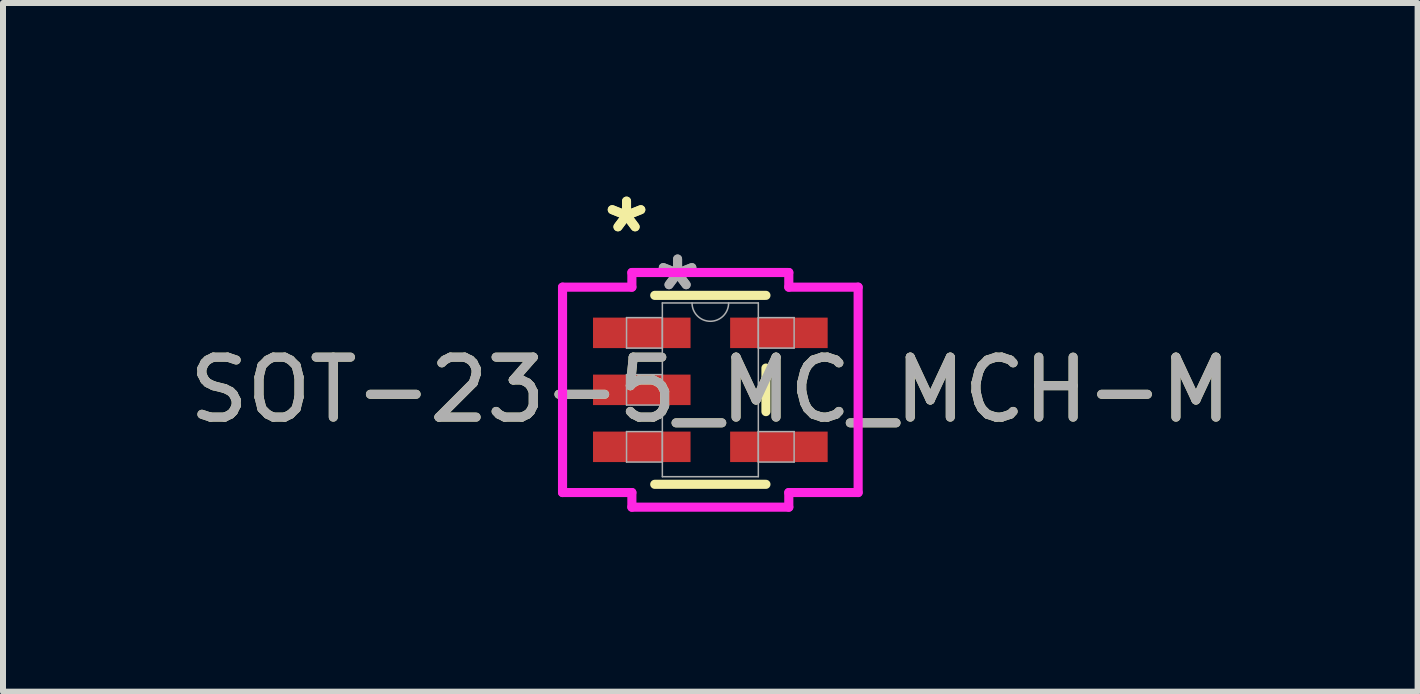
<source format=kicad_pcb>
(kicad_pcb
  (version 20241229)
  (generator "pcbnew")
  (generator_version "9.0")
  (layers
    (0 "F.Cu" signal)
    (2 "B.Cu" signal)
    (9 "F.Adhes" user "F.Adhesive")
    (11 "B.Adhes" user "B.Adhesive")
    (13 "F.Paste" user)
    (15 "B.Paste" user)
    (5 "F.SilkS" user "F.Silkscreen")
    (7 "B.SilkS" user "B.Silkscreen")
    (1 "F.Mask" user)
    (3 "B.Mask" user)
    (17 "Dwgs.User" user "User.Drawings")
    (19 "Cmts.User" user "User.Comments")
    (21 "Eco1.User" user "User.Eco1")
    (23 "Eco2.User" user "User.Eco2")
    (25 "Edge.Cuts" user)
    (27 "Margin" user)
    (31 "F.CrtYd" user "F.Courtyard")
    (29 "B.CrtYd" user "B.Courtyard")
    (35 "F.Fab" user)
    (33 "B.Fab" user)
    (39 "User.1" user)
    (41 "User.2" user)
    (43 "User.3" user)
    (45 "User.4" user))
  (footprint "SOT-23-5_MC_MCH-M"
    (layer "F.Cu")
    (at 8.792 3.449)
    (property "Reference" "SOT-23-5_MC_MCH-M" (at 0 0 0) (unlocked yes) (layer "F.SilkS") (effects (font (size 1 1) (thickness 0.15))))
    (attr smd)
    (fp_line (start -0.927 1.575) (end 0.927 1.575) (stroke (width 0.152) (type solid)) (layer "F.SilkS"))
    (fp_line (start 0.927 -1.575) (end -0.927 -1.575) (stroke (width 0.152) (type solid)) (layer "F.SilkS"))
    (fp_line (start 0.927 0.363) (end 0.927 -0.363) (stroke (width 0.152) (type solid)) (layer "F.SilkS"))
    (fp_line (start -2.464 -1.712) (end -1.308 -1.712) (stroke (width 0.152) (type solid)) (layer "F.CrtYd"))
    (fp_line (start -2.464 1.712) (end -2.464 -1.712) (stroke (width 0.152) (type solid)) (layer "F.CrtYd"))
    (fp_line (start -1.308 -1.956) (end 1.308 -1.956) (stroke (width 0.152) (type solid)) (layer "F.CrtYd"))
    (fp_line (start -1.308 -1.712) (end -1.308 -1.956) (stroke (width 0.152) (type solid)) (layer "F.CrtYd"))
    (fp_line (start -1.308 1.712) (end -2.464 1.712) (stroke (width 0.152) (type solid)) (layer "F.CrtYd"))
    (fp_line (start -1.308 1.956) (end -1.308 1.712) (stroke (width 0.152) (type solid)) (layer "F.CrtYd"))
    (fp_line (start 1.308 -1.956) (end 1.308 -1.712) (stroke (width 0.152) (type solid)) (layer "F.CrtYd"))
    (fp_line (start 1.308 -1.712) (end 2.464 -1.712) (stroke (width 0.152) (type solid)) (layer "F.CrtYd"))
    (fp_line (start 1.308 1.712) (end 1.308 1.956) (stroke (width 0.152) (type solid)) (layer "F.CrtYd"))
    (fp_line (start 1.308 1.956) (end -1.308 1.956) (stroke (width 0.152) (type solid)) (layer "F.CrtYd"))
    (fp_line (start 2.464 -1.712) (end 2.464 1.712) (stroke (width 0.152) (type solid)) (layer "F.CrtYd"))
    (fp_line (start 2.464 1.712) (end 1.308 1.712) (stroke (width 0.152) (type solid)) (layer "F.CrtYd"))
    (fp_line (start -1.397 -1.204) (end -1.397 -0.696) (stroke (width 0.025) (type solid)) (layer "F.Fab"))
    (fp_line (start -1.397 -0.696) (end -0.8 -0.696) (stroke (width 0.025) (type solid)) (layer "F.Fab"))
    (fp_line (start -1.397 -0.254) (end -1.397 0.254) (stroke (width 0.025) (type solid)) (layer "F.Fab"))
    (fp_line (start -1.397 0.254) (end -0.8 0.254) (stroke (width 0.025) (type solid)) (layer "F.Fab"))
    (fp_line (start -1.397 0.696) (end -1.397 1.204) (stroke (width 0.025) (type solid)) (layer "F.Fab"))
    (fp_line (start -1.397 1.204) (end -0.8 1.204) (stroke (width 0.025) (type solid)) (layer "F.Fab"))
    (fp_line (start -0.8 -1.448) (end -0.8 1.448) (stroke (width 0.025) (type solid)) (layer "F.Fab"))
    (fp_line (start -0.8 -1.204) (end -1.397 -1.204) (stroke (width 0.025) (type solid)) (layer "F.Fab"))
    (fp_line (start -0.8 -0.696) (end -0.8 -1.204) (stroke (width 0.025) (type solid)) (layer "F.Fab"))
    (fp_line (start -0.8 -0.254) (end -1.397 -0.254) (stroke (width 0.025) (type solid)) (layer "F.Fab"))
    (fp_line (start -0.8 0.254) (end -0.8 -0.254) (stroke (width 0.025) (type solid)) (layer "F.Fab"))
    (fp_line (start -0.8 0.696) (end -1.397 0.696) (stroke (width 0.025) (type solid)) (layer "F.Fab"))
    (fp_line (start -0.8 1.204) (end -0.8 0.696) (stroke (width 0.025) (type solid)) (layer "F.Fab"))
    (fp_line (start -0.8 1.448) (end 0.8 1.448) (stroke (width 0.025) (type solid)) (layer "F.Fab"))
    (fp_line (start 0.8 -1.448) (end -0.8 -1.448) (stroke (width 0.025) (type solid)) (layer "F.Fab"))
    (fp_line (start 0.8 -1.204) (end 0.8 -0.696) (stroke (width 0.025) (type solid)) (layer "F.Fab"))
    (fp_line (start 0.8 -0.696) (end 1.397 -0.696) (stroke (width 0.025) (type solid)) (layer "F.Fab"))
    (fp_line (start 0.8 0.696) (end 0.8 1.204) (stroke (width 0.025) (type solid)) (layer "F.Fab"))
    (fp_line (start 0.8 1.204) (end 1.397 1.204) (stroke (width 0.025) (type solid)) (layer "F.Fab"))
    (fp_line (start 0.8 1.448) (end 0.8 -1.448) (stroke (width 0.025) (type solid)) (layer "F.Fab"))
    (fp_line (start 1.397 -1.204) (end 0.8 -1.204) (stroke (width 0.025) (type solid)) (layer "F.Fab"))
    (fp_line (start 1.397 -0.696) (end 1.397 -1.204) (stroke (width 0.025) (type solid)) (layer "F.Fab"))
    (fp_line (start 1.397 0.696) (end 0.8 0.696) (stroke (width 0.025) (type solid)) (layer "F.Fab"))
    (fp_line (start 1.397 1.204) (end 1.397 0.696) (stroke (width 0.025) (type solid)) (layer "F.Fab"))
    (fp_arc (start 0.3048 -1.4478) (mid 0 -1.143) (end -0.3048 -1.4478) (stroke (width 0.0254) (type solid)) (layer "F.Fab"))
    (fp_text user "*" (at -1.397 -2.601 0) (layer "F.SilkS") (effects (font (size 1 1) (thickness 0.15))))
    (fp_text user "*" (at -1.397 -2.601 0) (unlocked yes) (layer "F.SilkS") (effects (font (size 1 1) (thickness 0.15))))
    (fp_text user "${REFERENCE}" (at 0 0 0) (unlocked yes) (layer "F.Fab") (effects (font (size 1 1) (thickness 0.15))))
    (fp_text user "*" (at -0.546 -1.636 0) (layer "F.Fab") (effects (font (size 1 1) (thickness 0.15))))
    (fp_text user "*" (at -0.546 -1.636 0) (unlocked yes) (layer "F.Fab") (effects (font (size 1 1) (thickness 0.15))))
    (pad "1" smd rect (at -1.143 -0.95) (size 1.626 0.508) (layers "F.Cu" "F.Mask" "F.Paste"))
    (pad "2" smd rect (at -1.143 0) (size 1.626 0.508) (layers "F.Cu" "F.Mask" "F.Paste"))
    (pad "3" smd rect (at -1.143 0.95) (size 1.626 0.508) (layers "F.Cu" "F.Mask" "F.Paste"))
    (pad "4" smd rect (at 1.143 0.95) (size 1.626 0.508) (layers "F.Cu" "F.Mask" "F.Paste"))
    (pad "5" smd rect (at 1.143 -0.95) (size 1.626 0.508) (layers "F.Cu" "F.Mask" "F.Paste")))
  (gr_rect
    (start -3 -3)
    (end 20.583 8.481)
    (stroke (width 0.1) (type default))
    (fill no)
    (layer "Edge.Cuts")))
</source>
